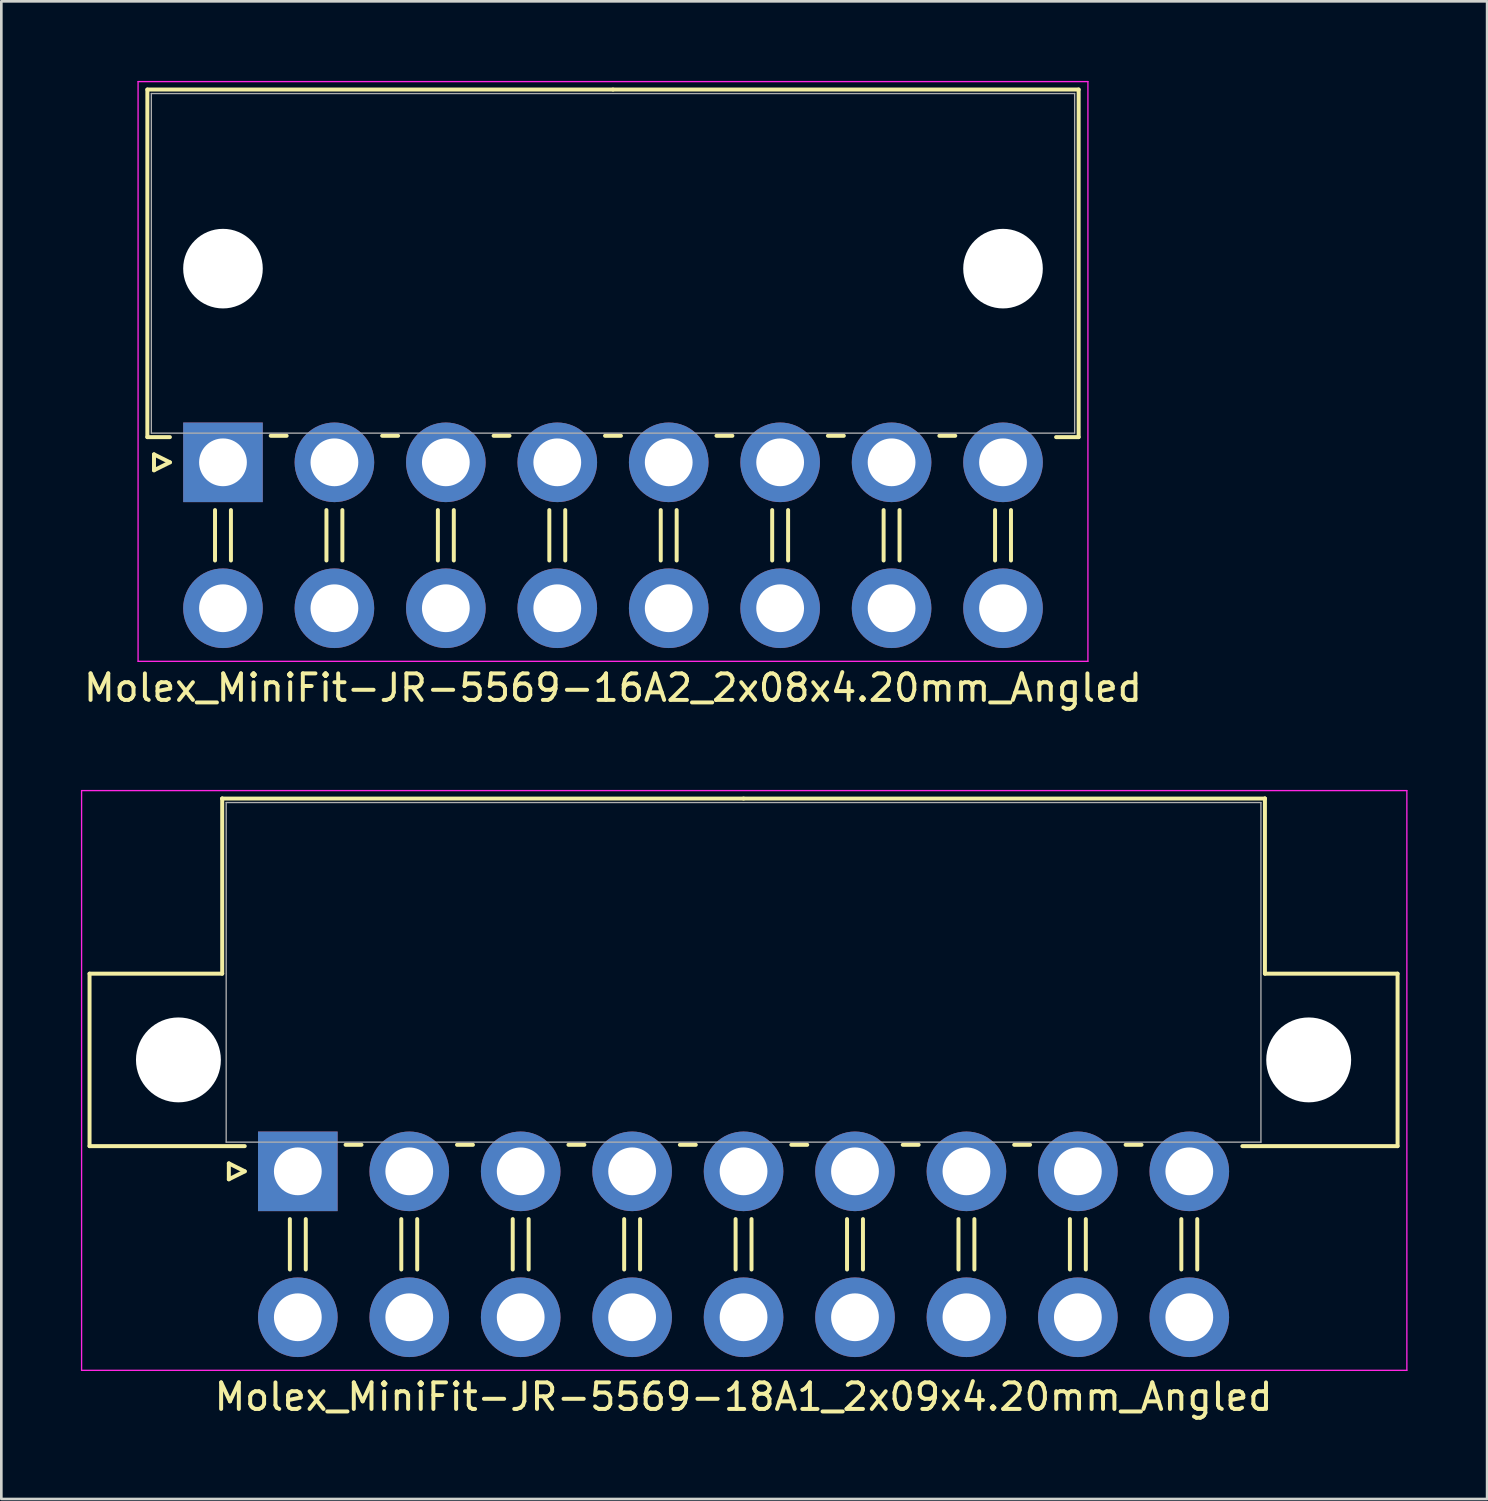
<source format=kicad_pcb>
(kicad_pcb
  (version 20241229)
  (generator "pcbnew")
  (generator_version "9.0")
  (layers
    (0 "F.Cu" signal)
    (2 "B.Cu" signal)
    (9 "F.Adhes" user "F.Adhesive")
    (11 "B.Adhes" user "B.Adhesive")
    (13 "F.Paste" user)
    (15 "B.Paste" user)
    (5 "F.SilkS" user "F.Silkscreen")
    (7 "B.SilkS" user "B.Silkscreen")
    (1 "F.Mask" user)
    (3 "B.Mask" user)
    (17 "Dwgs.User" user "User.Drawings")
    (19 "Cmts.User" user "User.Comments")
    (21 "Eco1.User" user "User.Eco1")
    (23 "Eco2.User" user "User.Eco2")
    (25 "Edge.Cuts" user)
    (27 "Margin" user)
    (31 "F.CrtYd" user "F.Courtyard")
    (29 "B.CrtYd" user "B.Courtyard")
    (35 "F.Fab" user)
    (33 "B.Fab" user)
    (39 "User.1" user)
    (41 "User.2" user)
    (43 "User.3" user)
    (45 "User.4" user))
  (footprint "Molex_MiniFit-JR-5569-16A2_2x08x4.20mm_Angled"
    (layer "F.Cu")
    (at 5.354 14.375)
    (property "Reference" "Molex_MiniFit-JR-5569-16A2_2x08x4.20mm_Angled" (at 14.7 8.5 0) (layer "F.SilkS") (effects (font (size 1 1) (thickness 0.15))))
    (attr through_hole)
    (fp_line (start -2.85 -14.05) (end 14.7 -14.05) (stroke (width 0.15) (type solid)) (layer "F.SilkS"))
    (fp_line (start -2.85 -0.95) (end -2.85 -14.05) (stroke (width 0.15) (type solid)) (layer "F.SilkS"))
    (fp_line (start -2.6 -0.3) (end -2 0) (stroke (width 0.15) (type solid)) (layer "F.SilkS"))
    (fp_line (start -2.6 0.3) (end -2.6 -0.3) (stroke (width 0.15) (type solid)) (layer "F.SilkS"))
    (fp_line (start -2 -0.95) (end -2.85 -0.95) (stroke (width 0.15) (type solid)) (layer "F.SilkS"))
    (fp_line (start -2 0) (end -2.6 0.3) (stroke (width 0.15) (type solid)) (layer "F.SilkS"))
    (fp_line (start -0.3 1.8) (end -0.3 3.7) (stroke (width 0.15) (type solid)) (layer "F.SilkS"))
    (fp_line (start 0.3 1.8) (end 0.3 3.7) (stroke (width 0.15) (type solid)) (layer "F.SilkS"))
    (fp_line (start 1.8 -1) (end 2.4 -1) (stroke (width 0.15) (type solid)) (layer "F.SilkS"))
    (fp_line (start 3.9 1.8) (end 3.9 3.7) (stroke (width 0.15) (type solid)) (layer "F.SilkS"))
    (fp_line (start 4.5 1.8) (end 4.5 3.7) (stroke (width 0.15) (type solid)) (layer "F.SilkS"))
    (fp_line (start 6 -1) (end 6.6 -1) (stroke (width 0.15) (type solid)) (layer "F.SilkS"))
    (fp_line (start 8.1 1.8) (end 8.1 3.7) (stroke (width 0.15) (type solid)) (layer "F.SilkS"))
    (fp_line (start 8.7 1.8) (end 8.7 3.7) (stroke (width 0.15) (type solid)) (layer "F.SilkS"))
    (fp_line (start 10.2 -1) (end 10.8 -1) (stroke (width 0.15) (type solid)) (layer "F.SilkS"))
    (fp_line (start 12.3 1.8) (end 12.3 3.7) (stroke (width 0.15) (type solid)) (layer "F.SilkS"))
    (fp_line (start 12.9 1.8) (end 12.9 3.7) (stroke (width 0.15) (type solid)) (layer "F.SilkS"))
    (fp_line (start 14.4 -1) (end 15 -1) (stroke (width 0.15) (type solid)) (layer "F.SilkS"))
    (fp_line (start 16.5 1.8) (end 16.5 3.7) (stroke (width 0.15) (type solid)) (layer "F.SilkS"))
    (fp_line (start 17.1 1.8) (end 17.1 3.7) (stroke (width 0.15) (type solid)) (layer "F.SilkS"))
    (fp_line (start 18.6 -1) (end 19.2 -1) (stroke (width 0.15) (type solid)) (layer "F.SilkS"))
    (fp_line (start 20.7 1.8) (end 20.7 3.7) (stroke (width 0.15) (type solid)) (layer "F.SilkS"))
    (fp_line (start 21.3 1.8) (end 21.3 3.7) (stroke (width 0.15) (type solid)) (layer "F.SilkS"))
    (fp_line (start 22.8 -1) (end 23.4 -1) (stroke (width 0.15) (type solid)) (layer "F.SilkS"))
    (fp_line (start 24.9 1.8) (end 24.9 3.7) (stroke (width 0.15) (type solid)) (layer "F.SilkS"))
    (fp_line (start 25.5 1.8) (end 25.5 3.7) (stroke (width 0.15) (type solid)) (layer "F.SilkS"))
    (fp_line (start 27 -1) (end 27.6 -1) (stroke (width 0.15) (type solid)) (layer "F.SilkS"))
    (fp_line (start 29.1 1.8) (end 29.1 3.7) (stroke (width 0.15) (type solid)) (layer "F.SilkS"))
    (fp_line (start 29.7 1.8) (end 29.7 3.7) (stroke (width 0.15) (type solid)) (layer "F.SilkS"))
    (fp_line (start 31.4 -0.95) (end 32.25 -0.95) (stroke (width 0.15) (type solid)) (layer "F.SilkS"))
    (fp_line (start 32.25 -14.05) (end 14.7 -14.05) (stroke (width 0.15) (type solid)) (layer "F.SilkS"))
    (fp_line (start 32.25 -0.95) (end 32.25 -14.05) (stroke (width 0.15) (type solid)) (layer "F.SilkS"))
    (fp_line (start -3.2 -14.35) (end -3.2 7.5) (stroke (width 0.05) (type solid)) (layer "F.CrtYd"))
    (fp_line (start -3.2 7.5) (end 32.6 7.5) (stroke (width 0.05) (type solid)) (layer "F.CrtYd"))
    (fp_line (start 32.6 -14.35) (end -3.2 -14.35) (stroke (width 0.05) (type solid)) (layer "F.CrtYd"))
    (fp_line (start 32.6 7.5) (end 32.6 -14.35) (stroke (width 0.05) (type solid)) (layer "F.CrtYd"))
    (fp_line (start -2.7 -13.9) (end -2.7 -1.1) (stroke (width 0.05) (type solid)) (layer "F.Fab"))
    (fp_line (start -2.7 -1.1) (end 32.1 -1.1) (stroke (width 0.05) (type solid)) (layer "F.Fab"))
    (fp_line (start 32.1 -13.9) (end -2.7 -13.9) (stroke (width 0.05) (type solid)) (layer "F.Fab"))
    (fp_line (start 32.1 -1.1) (end 32.1 -13.9) (stroke (width 0.05) (type solid)) (layer "F.Fab"))
    (pad "" np_thru_hole circle (at 0 -7.3) (size 3 3) (drill 3) (layers "*.Cu"))
    (pad "" np_thru_hole circle (at 29.4 -7.3) (size 3 3) (drill 3) (layers "*.Cu"))
    (pad "1" thru_hole rect (at 0 0) (size 3 3) (drill 1.8) (layers "*.Cu" "*.Mask"))
    (pad "2" thru_hole circle (at 4.2 0) (size 3 3) (drill 1.8) (layers "*.Cu" "*.Mask"))
    (pad "3" thru_hole circle (at 8.4 0) (size 3 3) (drill 1.8) (layers "*.Cu" "*.Mask"))
    (pad "4" thru_hole circle (at 12.6 0) (size 3 3) (drill 1.8) (layers "*.Cu" "*.Mask"))
    (pad "5" thru_hole circle (at 16.8 0) (size 3 3) (drill 1.8) (layers "*.Cu" "*.Mask"))
    (pad "6" thru_hole circle (at 21 0) (size 3 3) (drill 1.8) (layers "*.Cu" "*.Mask"))
    (pad "7" thru_hole circle (at 25.2 0) (size 3 3) (drill 1.8) (layers "*.Cu" "*.Mask"))
    (pad "8" thru_hole circle (at 29.4 0) (size 3 3) (drill 1.8) (layers "*.Cu" "*.Mask"))
    (pad "9" thru_hole circle (at 0 5.5) (size 3 3) (drill 1.8) (layers "*.Cu" "*.Mask"))
    (pad "10" thru_hole circle (at 4.2 5.5) (size 3 3) (drill 1.8) (layers "*.Cu" "*.Mask"))
    (pad "11" thru_hole circle (at 8.4 5.5) (size 3 3) (drill 1.8) (layers "*.Cu" "*.Mask"))
    (pad "12" thru_hole circle (at 12.6 5.5) (size 3 3) (drill 1.8) (layers "*.Cu" "*.Mask"))
    (pad "13" thru_hole circle (at 16.8 5.5) (size 3 3) (drill 1.8) (layers "*.Cu" "*.Mask"))
    (pad "14" thru_hole circle (at 21 5.5) (size 3 3) (drill 1.8) (layers "*.Cu" "*.Mask"))
    (pad "15" thru_hole circle (at 25.2 5.5) (size 3 3) (drill 1.8) (layers "*.Cu" "*.Mask"))
    (pad "16" thru_hole circle (at 29.4 5.5) (size 3 3) (drill 1.8) (layers "*.Cu" "*.Mask")))
  (footprint "Molex_MiniFit-JR-5569-18A1_2x09x4.20mm_Angled"
    (layer "F.Cu")
    (at 8.175 41.098)
    (property "Reference" "Molex_MiniFit-JR-5569-18A1_2x09x4.20mm_Angled" (at 16.8 8.5 0) (layer "F.SilkS") (effects (font (size 1 1) (thickness 0.15))))
    (attr through_hole)
    (fp_line (start -7.85 -7.45) (end -7.85 -0.95) (stroke (width 0.15) (type solid)) (layer "F.SilkS"))
    (fp_line (start -7.85 -0.95) (end -2 -0.95) (stroke (width 0.15) (type solid)) (layer "F.SilkS"))
    (fp_line (start -2.85 -14.05) (end -2.85 -14.05) (stroke (width 0.15) (type solid)) (layer "F.SilkS"))
    (fp_line (start -2.85 -14.05) (end -2.85 -7.45) (stroke (width 0.15) (type solid)) (layer "F.SilkS"))
    (fp_line (start -2.85 -7.45) (end -7.85 -7.45) (stroke (width 0.15) (type solid)) (layer "F.SilkS"))
    (fp_line (start -2.6 -0.3) (end -2 0) (stroke (width 0.15) (type solid)) (layer "F.SilkS"))
    (fp_line (start -2.6 0.3) (end -2.6 -0.3) (stroke (width 0.15) (type solid)) (layer "F.SilkS"))
    (fp_line (start -2 0) (end -2.6 0.3) (stroke (width 0.15) (type solid)) (layer "F.SilkS"))
    (fp_line (start -0.3 1.8) (end -0.3 3.7) (stroke (width 0.15) (type solid)) (layer "F.SilkS"))
    (fp_line (start 0.3 1.8) (end 0.3 3.7) (stroke (width 0.15) (type solid)) (layer "F.SilkS"))
    (fp_line (start 1.8 -1) (end 2.4 -1) (stroke (width 0.15) (type solid)) (layer "F.SilkS"))
    (fp_line (start 3.9 1.8) (end 3.9 3.7) (stroke (width 0.15) (type solid)) (layer "F.SilkS"))
    (fp_line (start 4.5 1.8) (end 4.5 3.7) (stroke (width 0.15) (type solid)) (layer "F.SilkS"))
    (fp_line (start 6 -1) (end 6.6 -1) (stroke (width 0.15) (type solid)) (layer "F.SilkS"))
    (fp_line (start 8.1 1.8) (end 8.1 3.7) (stroke (width 0.15) (type solid)) (layer "F.SilkS"))
    (fp_line (start 8.7 1.8) (end 8.7 3.7) (stroke (width 0.15) (type solid)) (layer "F.SilkS"))
    (fp_line (start 10.2 -1) (end 10.8 -1) (stroke (width 0.15) (type solid)) (layer "F.SilkS"))
    (fp_line (start 12.3 1.8) (end 12.3 3.7) (stroke (width 0.15) (type solid)) (layer "F.SilkS"))
    (fp_line (start 12.9 1.8) (end 12.9 3.7) (stroke (width 0.15) (type solid)) (layer "F.SilkS"))
    (fp_line (start 14.4 -1) (end 15 -1) (stroke (width 0.15) (type solid)) (layer "F.SilkS"))
    (fp_line (start 16.5 1.8) (end 16.5 3.7) (stroke (width 0.15) (type solid)) (layer "F.SilkS"))
    (fp_line (start 16.8 -14.05) (end -2.85 -14.05) (stroke (width 0.15) (type solid)) (layer "F.SilkS"))
    (fp_line (start 16.8 -14.05) (end 36.45 -14.05) (stroke (width 0.15) (type solid)) (layer "F.SilkS"))
    (fp_line (start 17.1 1.8) (end 17.1 3.7) (stroke (width 0.15) (type solid)) (layer "F.SilkS"))
    (fp_line (start 18.6 -1) (end 19.2 -1) (stroke (width 0.15) (type solid)) (layer "F.SilkS"))
    (fp_line (start 20.7 1.8) (end 20.7 3.7) (stroke (width 0.15) (type solid)) (layer "F.SilkS"))
    (fp_line (start 21.3 1.8) (end 21.3 3.7) (stroke (width 0.15) (type solid)) (layer "F.SilkS"))
    (fp_line (start 22.8 -1) (end 23.4 -1) (stroke (width 0.15) (type solid)) (layer "F.SilkS"))
    (fp_line (start 24.9 1.8) (end 24.9 3.7) (stroke (width 0.15) (type solid)) (layer "F.SilkS"))
    (fp_line (start 25.5 1.8) (end 25.5 3.7) (stroke (width 0.15) (type solid)) (layer "F.SilkS"))
    (fp_line (start 27 -1) (end 27.6 -1) (stroke (width 0.15) (type solid)) (layer "F.SilkS"))
    (fp_line (start 29.1 1.8) (end 29.1 3.7) (stroke (width 0.15) (type solid)) (layer "F.SilkS"))
    (fp_line (start 29.7 1.8) (end 29.7 3.7) (stroke (width 0.15) (type solid)) (layer "F.SilkS"))
    (fp_line (start 31.2 -1) (end 31.8 -1) (stroke (width 0.15) (type solid)) (layer "F.SilkS"))
    (fp_line (start 33.3 1.8) (end 33.3 3.7) (stroke (width 0.15) (type solid)) (layer "F.SilkS"))
    (fp_line (start 33.9 1.8) (end 33.9 3.7) (stroke (width 0.15) (type solid)) (layer "F.SilkS"))
    (fp_line (start 36.45 -14.05) (end 36.45 -14.05) (stroke (width 0.15) (type solid)) (layer "F.SilkS"))
    (fp_line (start 36.45 -14.05) (end 36.45 -7.45) (stroke (width 0.15) (type solid)) (layer "F.SilkS"))
    (fp_line (start 36.45 -7.45) (end 41.45 -7.45) (stroke (width 0.15) (type solid)) (layer "F.SilkS"))
    (fp_line (start 41.45 -7.45) (end 41.45 -0.95) (stroke (width 0.15) (type solid)) (layer "F.SilkS"))
    (fp_line (start 41.45 -0.95) (end 35.6 -0.95) (stroke (width 0.15) (type solid)) (layer "F.SilkS"))
    (fp_line (start -8.15 -14.35) (end -8.15 7.5) (stroke (width 0.05) (type solid)) (layer "F.CrtYd"))
    (fp_line (start -8.15 7.5) (end 41.8 7.5) (stroke (width 0.05) (type solid)) (layer "F.CrtYd"))
    (fp_line (start 41.8 -14.35) (end -8.15 -14.35) (stroke (width 0.05) (type solid)) (layer "F.CrtYd"))
    (fp_line (start 41.8 7.5) (end 41.8 -14.35) (stroke (width 0.05) (type solid)) (layer "F.CrtYd"))
    (fp_line (start -2.7 -13.9) (end -2.7 -1.1) (stroke (width 0.05) (type solid)) (layer "F.Fab"))
    (fp_line (start -2.7 -1.1) (end 36.3 -1.1) (stroke (width 0.05) (type solid)) (layer "F.Fab"))
    (fp_line (start 36.3 -13.9) (end -2.7 -13.9) (stroke (width 0.05) (type solid)) (layer "F.Fab"))
    (fp_line (start 36.3 -1.1) (end 36.3 -13.9) (stroke (width 0.05) (type solid)) (layer "F.Fab"))
    (pad "" np_thru_hole circle (at -4.5 -4.2) (size 3.2 3.2) (drill 3.2) (layers "*.Cu"))
    (pad "" np_thru_hole circle (at 38.1 -4.2) (size 3.2 3.2) (drill 3.2) (layers "*.Cu"))
    (pad "1" thru_hole rect (at 0 0) (size 3 3) (drill 1.8) (layers "*.Cu" "*.Mask"))
    (pad "2" thru_hole circle (at 4.2 0) (size 3 3) (drill 1.8) (layers "*.Cu" "*.Mask"))
    (pad "3" thru_hole circle (at 8.4 0) (size 3 3) (drill 1.8) (layers "*.Cu" "*.Mask"))
    (pad "4" thru_hole circle (at 12.6 0) (size 3 3) (drill 1.8) (layers "*.Cu" "*.Mask"))
    (pad "5" thru_hole circle (at 16.8 0) (size 3 3) (drill 1.8) (layers "*.Cu" "*.Mask"))
    (pad "6" thru_hole circle (at 21 0) (size 3 3) (drill 1.8) (layers "*.Cu" "*.Mask"))
    (pad "7" thru_hole circle (at 25.2 0) (size 3 3) (drill 1.8) (layers "*.Cu" "*.Mask"))
    (pad "8" thru_hole circle (at 29.4 0) (size 3 3) (drill 1.8) (layers "*.Cu" "*.Mask"))
    (pad "9" thru_hole circle (at 33.6 0) (size 3 3) (drill 1.8) (layers "*.Cu" "*.Mask"))
    (pad "10" thru_hole circle (at 0 5.5) (size 3 3) (drill 1.8) (layers "*.Cu" "*.Mask"))
    (pad "11" thru_hole circle (at 4.2 5.5) (size 3 3) (drill 1.8) (layers "*.Cu" "*.Mask"))
    (pad "12" thru_hole circle (at 8.4 5.5) (size 3 3) (drill 1.8) (layers "*.Cu" "*.Mask"))
    (pad "13" thru_hole circle (at 12.6 5.5) (size 3 3) (drill 1.8) (layers "*.Cu" "*.Mask"))
    (pad "14" thru_hole circle (at 16.8 5.5) (size 3 3) (drill 1.8) (layers "*.Cu" "*.Mask"))
    (pad "15" thru_hole circle (at 21 5.5) (size 3 3) (drill 1.8) (layers "*.Cu" "*.Mask"))
    (pad "16" thru_hole circle (at 25.2 5.5) (size 3 3) (drill 1.8) (layers "*.Cu" "*.Mask"))
    (pad "17" thru_hole circle (at 29.4 5.5) (size 3 3) (drill 1.8) (layers "*.Cu" "*.Mask"))
    (pad "18" thru_hole circle (at 33.6 5.5) (size 3 3) (drill 1.8) (layers "*.Cu" "*.Mask")))
  (gr_rect
    (start -3 -3)
    (end 53 53.447)
    (stroke (width 0.1) (type default))
    (fill no)
    (layer "Edge.Cuts")))
</source>
